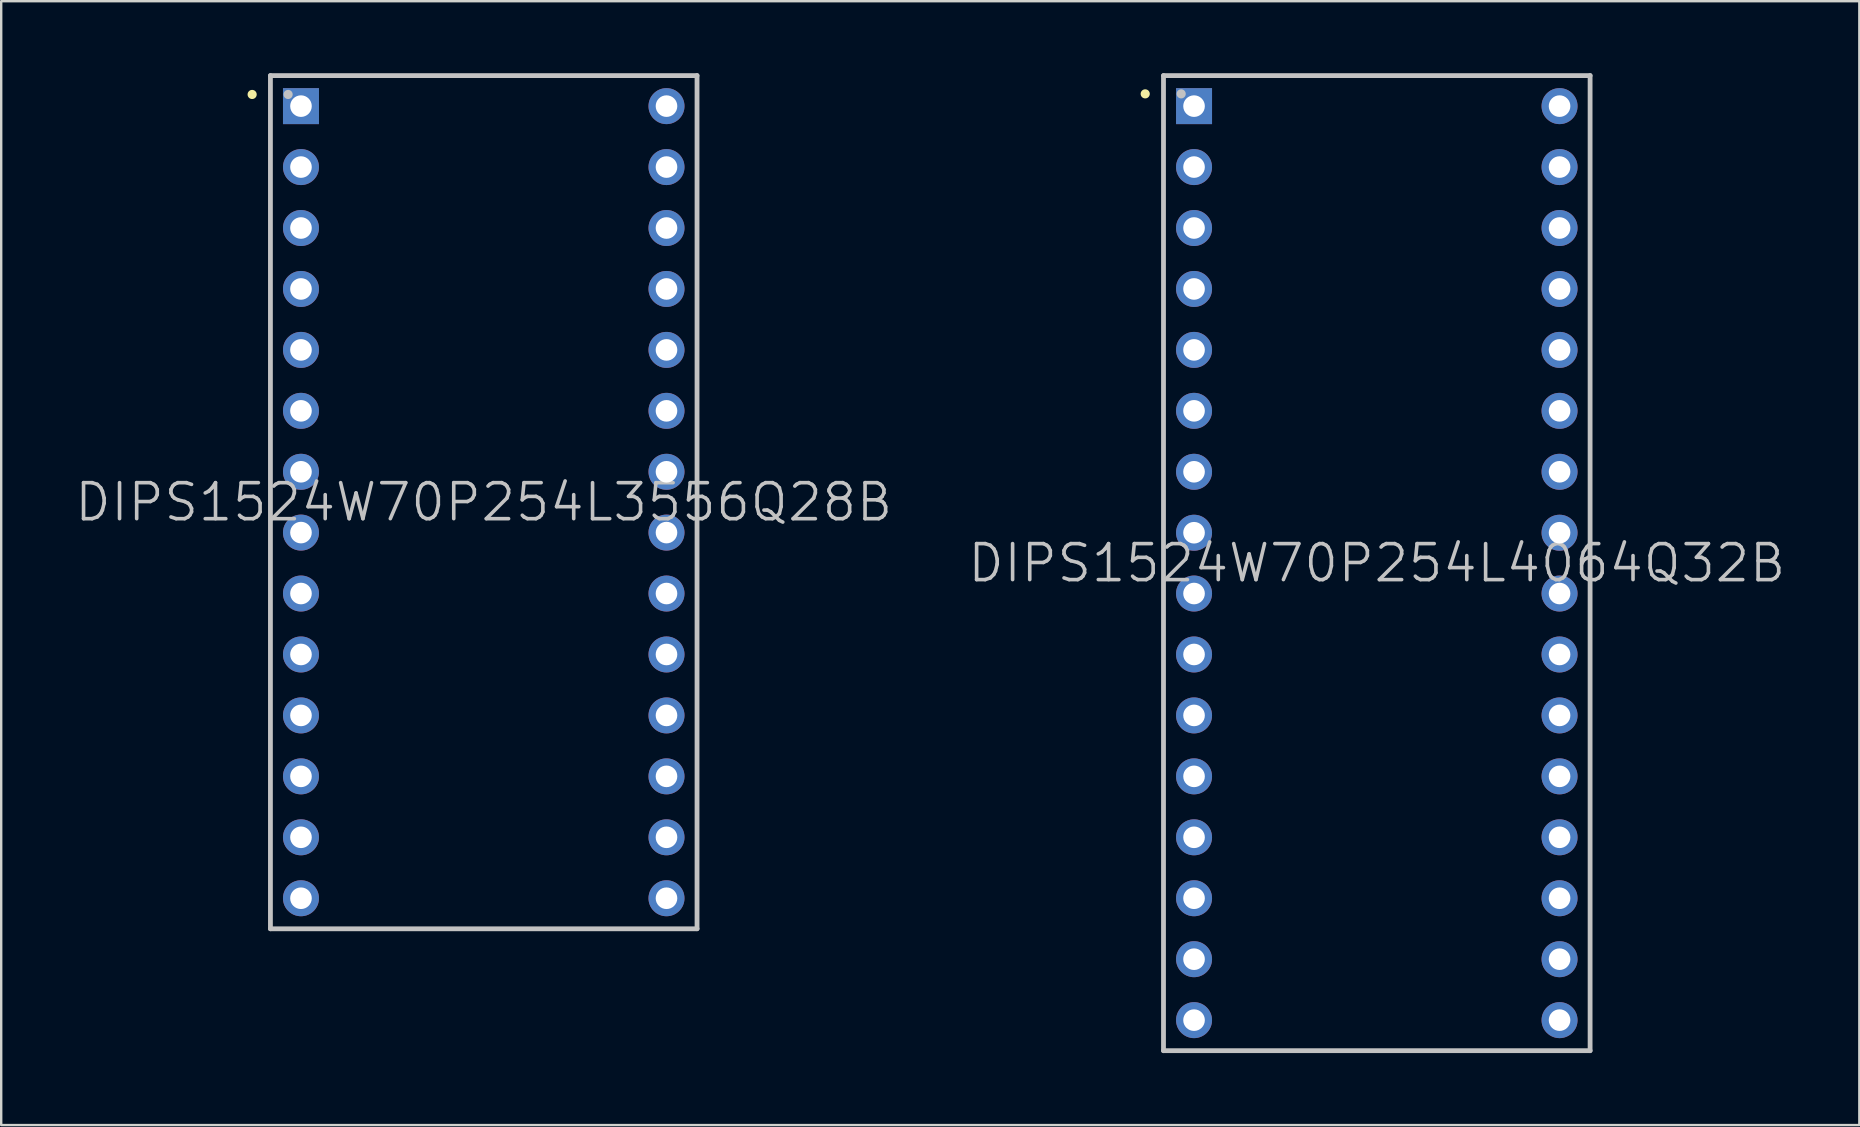
<source format=kicad_pcb>
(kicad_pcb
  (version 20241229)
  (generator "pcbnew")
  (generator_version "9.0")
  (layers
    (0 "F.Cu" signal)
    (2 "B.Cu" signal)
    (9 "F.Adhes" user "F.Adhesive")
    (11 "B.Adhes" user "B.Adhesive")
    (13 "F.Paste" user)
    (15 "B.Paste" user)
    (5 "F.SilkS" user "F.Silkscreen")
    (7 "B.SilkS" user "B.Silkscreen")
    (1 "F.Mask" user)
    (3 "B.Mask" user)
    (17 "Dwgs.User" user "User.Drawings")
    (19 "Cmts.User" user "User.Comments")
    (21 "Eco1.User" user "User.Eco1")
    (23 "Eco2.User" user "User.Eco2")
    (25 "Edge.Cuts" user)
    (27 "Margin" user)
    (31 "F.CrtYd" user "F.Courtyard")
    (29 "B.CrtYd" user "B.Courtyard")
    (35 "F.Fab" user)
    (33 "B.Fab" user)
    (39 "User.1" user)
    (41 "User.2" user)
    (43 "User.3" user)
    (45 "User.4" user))
  (footprint "DIPS1524W70P254L3556Q28B"
    (layer "F.Cu")
    (at 17.111 17.88)
    (property "Reference" "DIPS1524W70P254L3556Q28B" (at 0 0 0) (layer "Dwgs.User") (effects (font (size 1.5 1.5) (thickness 0.15))))
    (attr through_hole)
    (fp_line (start -9.652 -16.993) (end -9.652 -16.993) (stroke (width 0.381) (type solid)) (layer "F.SilkS"))
    (fp_line (start -8.89 -17.78) (end -8.89 17.78) (stroke (width 0.2) (type solid)) (layer "Dwgs.User"))
    (fp_line (start -8.89 -17.78) (end 8.89 -17.78) (stroke (width 0.2) (type solid)) (layer "Dwgs.User"))
    (fp_line (start -8.89 17.78) (end 8.89 17.78) (stroke (width 0.2) (type solid)) (layer "Dwgs.User"))
    (fp_line (start -8.153 -16.993) (end -8.153 -16.993) (stroke (width 0.381) (type solid)) (layer "Dwgs.User"))
    (fp_line (start 8.89 -17.78) (end 8.89 17.78) (stroke (width 0.2) (type solid)) (layer "Dwgs.User"))
    (pad "1" thru_hole rect (at -7.617 -16.507 180) (size 1.5 1.5) (drill 0.9) (layers "*.Cu" "*.Mask"))
    (pad "2" thru_hole circle (at -7.617 -13.967 180) (size 1.5 1.5) (drill 0.9) (layers "*.Cu" "*.Mask"))
    (pad "3" thru_hole circle (at -7.617 -11.427 180) (size 1.5 1.5) (drill 0.9) (layers "*.Cu" "*.Mask"))
    (pad "4" thru_hole circle (at -7.617 -8.887 180) (size 1.5 1.5) (drill 0.9) (layers "*.Cu" "*.Mask"))
    (pad "5" thru_hole circle (at -7.617 -6.347 180) (size 1.5 1.5) (drill 0.9) (layers "*.Cu" "*.Mask"))
    (pad "6" thru_hole circle (at -7.617 -3.807 180) (size 1.5 1.5) (drill 0.9) (layers "*.Cu" "*.Mask"))
    (pad "7" thru_hole circle (at -7.617 -1.267 180) (size 1.5 1.5) (drill 0.9) (layers "*.Cu" "*.Mask"))
    (pad "8" thru_hole circle (at -7.617 1.267 180) (size 1.5 1.5) (drill 0.9) (layers "*.Cu" "*.Mask"))
    (pad "9" thru_hole circle (at -7.617 3.807 180) (size 1.5 1.5) (drill 0.9) (layers "*.Cu" "*.Mask"))
    (pad "10" thru_hole circle (at -7.617 6.347 180) (size 1.5 1.5) (drill 0.9) (layers "*.Cu" "*.Mask"))
    (pad "11" thru_hole circle (at -7.617 8.887 180) (size 1.5 1.5) (drill 0.9) (layers "*.Cu" "*.Mask"))
    (pad "12" thru_hole circle (at -7.617 11.427 180) (size 1.5 1.5) (drill 0.9) (layers "*.Cu" "*.Mask"))
    (pad "13" thru_hole circle (at -7.617 13.967 180) (size 1.5 1.5) (drill 0.9) (layers "*.Cu" "*.Mask"))
    (pad "14" thru_hole circle (at -7.617 16.507 180) (size 1.5 1.5) (drill 0.9) (layers "*.Cu" "*.Mask"))
    (pad "15" thru_hole circle (at 7.617 16.507 180) (size 1.5 1.5) (drill 0.9) (layers "*.Cu" "*.Mask"))
    (pad "16" thru_hole circle (at 7.617 13.967 180) (size 1.5 1.5) (drill 0.9) (layers "*.Cu" "*.Mask"))
    (pad "17" thru_hole circle (at 7.617 11.427 180) (size 1.5 1.5) (drill 0.9) (layers "*.Cu" "*.Mask"))
    (pad "18" thru_hole circle (at 7.617 8.887 180) (size 1.5 1.5) (drill 0.9) (layers "*.Cu" "*.Mask"))
    (pad "19" thru_hole circle (at 7.617 6.347 180) (size 1.5 1.5) (drill 0.9) (layers "*.Cu" "*.Mask"))
    (pad "20" thru_hole circle (at 7.617 3.807 180) (size 1.5 1.5) (drill 0.9) (layers "*.Cu" "*.Mask"))
    (pad "21" thru_hole circle (at 7.617 1.267 180) (size 1.5 1.5) (drill 0.9) (layers "*.Cu" "*.Mask"))
    (pad "22" thru_hole circle (at 7.617 -1.267 180) (size 1.5 1.5) (drill 0.9) (layers "*.Cu" "*.Mask"))
    (pad "23" thru_hole circle (at 7.617 -3.807 180) (size 1.5 1.5) (drill 0.9) (layers "*.Cu" "*.Mask"))
    (pad "24" thru_hole circle (at 7.617 -6.347 180) (size 1.5 1.5) (drill 0.9) (layers "*.Cu" "*.Mask"))
    (pad "25" thru_hole circle (at 7.617 -8.887 180) (size 1.5 1.5) (drill 0.9) (layers "*.Cu" "*.Mask"))
    (pad "26" thru_hole circle (at 7.617 -11.427 180) (size 1.5 1.5) (drill 0.9) (layers "*.Cu" "*.Mask"))
    (pad "27" thru_hole circle (at 7.617 -13.967 180) (size 1.5 1.5) (drill 0.9) (layers "*.Cu" "*.Mask"))
    (pad "28" thru_hole circle (at 7.617 -16.507 180) (size 1.5 1.5) (drill 0.9) (layers "*.Cu" "*.Mask")))
  (footprint "DIPS1524W70P254L4064Q32B"
    (layer "F.Cu")
    (at 54.332 20.42)
    (property "Reference" "DIPS1524W70P254L4064Q32B" (at 0 0 0) (layer "Dwgs.User") (effects (font (size 1.5 1.5) (thickness 0.15))))
    (attr through_hole)
    (fp_line (start -9.652 -19.558) (end -9.652 -19.558) (stroke (width 0.381) (type solid)) (layer "F.SilkS"))
    (fp_line (start -8.89 -20.32) (end -8.89 20.32) (stroke (width 0.2) (type solid)) (layer "Dwgs.User"))
    (fp_line (start -8.89 -20.32) (end 8.89 -20.32) (stroke (width 0.2) (type solid)) (layer "Dwgs.User"))
    (fp_line (start -8.89 20.32) (end 8.89 20.32) (stroke (width 0.2) (type solid)) (layer "Dwgs.User"))
    (fp_line (start -8.153 -19.558) (end -8.153 -19.558) (stroke (width 0.381) (type solid)) (layer "Dwgs.User"))
    (fp_line (start 8.89 -20.32) (end 8.89 20.32) (stroke (width 0.2) (type solid)) (layer "Dwgs.User"))
    (pad "1" thru_hole rect (at -7.617 -19.047 180) (size 1.5 1.5) (drill 0.9) (layers "*.Cu" "*.Mask"))
    (pad "2" thru_hole circle (at -7.617 -16.507 180) (size 1.5 1.5) (drill 0.9) (layers "*.Cu" "*.Mask"))
    (pad "3" thru_hole circle (at -7.617 -13.967 180) (size 1.5 1.5) (drill 0.9) (layers "*.Cu" "*.Mask"))
    (pad "4" thru_hole circle (at -7.617 -11.427 180) (size 1.5 1.5) (drill 0.9) (layers "*.Cu" "*.Mask"))
    (pad "5" thru_hole circle (at -7.617 -8.887 180) (size 1.5 1.5) (drill 0.9) (layers "*.Cu" "*.Mask"))
    (pad "6" thru_hole circle (at -7.617 -6.347 180) (size 1.5 1.5) (drill 0.9) (layers "*.Cu" "*.Mask"))
    (pad "7" thru_hole circle (at -7.617 -3.807 180) (size 1.5 1.5) (drill 0.9) (layers "*.Cu" "*.Mask"))
    (pad "8" thru_hole circle (at -7.617 -1.267 180) (size 1.5 1.5) (drill 0.9) (layers "*.Cu" "*.Mask"))
    (pad "9" thru_hole circle (at -7.617 1.267 180) (size 1.5 1.5) (drill 0.9) (layers "*.Cu" "*.Mask"))
    (pad "10" thru_hole circle (at -7.617 3.807 180) (size 1.5 1.5) (drill 0.9) (layers "*.Cu" "*.Mask"))
    (pad "11" thru_hole circle (at -7.617 6.347 180) (size 1.5 1.5) (drill 0.9) (layers "*.Cu" "*.Mask"))
    (pad "12" thru_hole circle (at -7.617 8.887 180) (size 1.5 1.5) (drill 0.9) (layers "*.Cu" "*.Mask"))
    (pad "13" thru_hole circle (at -7.617 11.427 180) (size 1.5 1.5) (drill 0.9) (layers "*.Cu" "*.Mask"))
    (pad "14" thru_hole circle (at -7.617 13.967 180) (size 1.5 1.5) (drill 0.9) (layers "*.Cu" "*.Mask"))
    (pad "15" thru_hole circle (at -7.617 16.507 180) (size 1.5 1.5) (drill 0.9) (layers "*.Cu" "*.Mask"))
    (pad "16" thru_hole circle (at -7.617 19.047 180) (size 1.5 1.5) (drill 0.9) (layers "*.Cu" "*.Mask"))
    (pad "17" thru_hole circle (at 7.617 19.047 180) (size 1.5 1.5) (drill 0.9) (layers "*.Cu" "*.Mask"))
    (pad "18" thru_hole circle (at 7.617 16.507 180) (size 1.5 1.5) (drill 0.9) (layers "*.Cu" "*.Mask"))
    (pad "19" thru_hole circle (at 7.617 13.967 180) (size 1.5 1.5) (drill 0.9) (layers "*.Cu" "*.Mask"))
    (pad "20" thru_hole circle (at 7.617 11.427 180) (size 1.5 1.5) (drill 0.9) (layers "*.Cu" "*.Mask"))
    (pad "21" thru_hole circle (at 7.617 8.887 180) (size 1.5 1.5) (drill 0.9) (layers "*.Cu" "*.Mask"))
    (pad "22" thru_hole circle (at 7.617 6.347 180) (size 1.5 1.5) (drill 0.9) (layers "*.Cu" "*.Mask"))
    (pad "23" thru_hole circle (at 7.617 3.807 180) (size 1.5 1.5) (drill 0.9) (layers "*.Cu" "*.Mask"))
    (pad "24" thru_hole circle (at 7.617 1.267 180) (size 1.5 1.5) (drill 0.9) (layers "*.Cu" "*.Mask"))
    (pad "25" thru_hole circle (at 7.617 -1.267 180) (size 1.5 1.5) (drill 0.9) (layers "*.Cu" "*.Mask"))
    (pad "26" thru_hole circle (at 7.617 -3.807 180) (size 1.5 1.5) (drill 0.9) (layers "*.Cu" "*.Mask"))
    (pad "27" thru_hole circle (at 7.617 -6.347 180) (size 1.5 1.5) (drill 0.9) (layers "*.Cu" "*.Mask"))
    (pad "28" thru_hole circle (at 7.617 -8.887 180) (size 1.5 1.5) (drill 0.9) (layers "*.Cu" "*.Mask"))
    (pad "29" thru_hole circle (at 7.617 -11.427 180) (size 1.5 1.5) (drill 0.9) (layers "*.Cu" "*.Mask"))
    (pad "30" thru_hole circle (at 7.617 -13.967 180) (size 1.5 1.5) (drill 0.9) (layers "*.Cu" "*.Mask"))
    (pad "31" thru_hole circle (at 7.617 -16.507 180) (size 1.5 1.5) (drill 0.9) (layers "*.Cu" "*.Mask"))
    (pad "32" thru_hole circle (at 7.617 -19.047 180) (size 1.5 1.5) (drill 0.9) (layers "*.Cu" "*.Mask")))
  (gr_rect
    (start -3 -3)
    (end 74.443 43.84)
    (stroke (width 0.1) (type default))
    (fill no)
    (layer "Edge.Cuts")))
</source>
